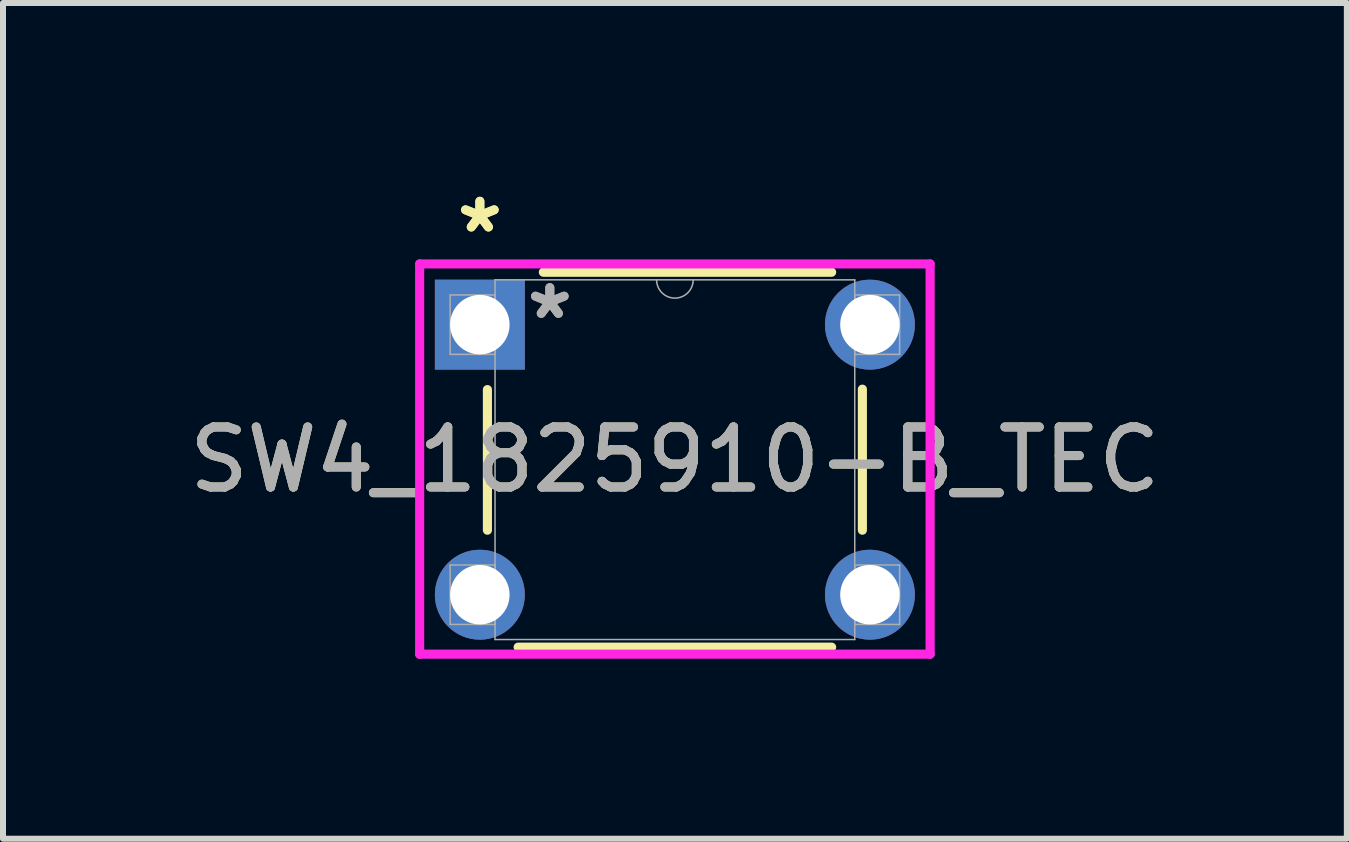
<source format=kicad_pcb>
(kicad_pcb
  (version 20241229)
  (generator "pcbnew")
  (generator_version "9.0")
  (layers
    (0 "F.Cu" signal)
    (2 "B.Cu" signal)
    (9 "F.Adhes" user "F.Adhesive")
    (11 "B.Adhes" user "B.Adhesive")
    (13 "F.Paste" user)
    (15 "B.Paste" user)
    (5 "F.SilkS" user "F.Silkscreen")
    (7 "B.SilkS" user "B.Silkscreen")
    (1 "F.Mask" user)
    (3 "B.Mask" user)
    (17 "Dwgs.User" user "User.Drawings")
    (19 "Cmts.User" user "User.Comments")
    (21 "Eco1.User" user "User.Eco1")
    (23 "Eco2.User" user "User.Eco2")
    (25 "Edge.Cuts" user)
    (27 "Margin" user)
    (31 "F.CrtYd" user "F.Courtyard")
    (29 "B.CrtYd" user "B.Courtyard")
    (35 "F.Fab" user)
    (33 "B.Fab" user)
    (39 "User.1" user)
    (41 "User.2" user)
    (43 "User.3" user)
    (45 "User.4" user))
  (footprint "SW4_1825910-B_TEC"
    (layer "F.Cu")
    (at 11.446 6.86)
    (property "Reference" "SW4_1825910-B_TEC" (at -3.25 -2.25 0) (unlocked yes) (layer "F.SilkS") (effects (font (size 1 1) (thickness 0.15))))
    (attr through_hole)
    (fp_line (start -6.374 -3.418) (end -6.374 -1.075) (stroke (width 0.152) (type solid)) (layer "F.SilkS"))
    (fp_line (start -5.862 0.874) (end -0.638 0.874) (stroke (width 0.152) (type solid)) (layer "F.SilkS"))
    (fp_line (start -0.638 -5.374) (end -5.442 -5.374) (stroke (width 0.152) (type solid)) (layer "F.SilkS"))
    (fp_line (start -0.126 -1.075) (end -0.126 -3.425) (stroke (width 0.152) (type solid)) (layer "F.SilkS"))
    (fp_line (start -7.503 -5.512) (end 1.003 -5.512) (stroke (width 0.152) (type solid)) (layer "F.CrtYd"))
    (fp_line (start -7.503 0.991) (end -7.503 -5.512) (stroke (width 0.152) (type solid)) (layer "F.CrtYd"))
    (fp_line (start 1.003 -5.512) (end 1.003 0.991) (stroke (width 0.152) (type solid)) (layer "F.CrtYd"))
    (fp_line (start 1.003 0.991) (end -7.503 0.991) (stroke (width 0.152) (type solid)) (layer "F.CrtYd"))
    (fp_line (start -6.995 -4.995) (end -6.995 -4.005) (stroke (width 0.025) (type solid)) (layer "F.Fab"))
    (fp_line (start -6.995 -4.005) (end -6.247 -4.005) (stroke (width 0.025) (type solid)) (layer "F.Fab"))
    (fp_line (start -6.995 -0.495) (end -6.995 0.495) (stroke (width 0.025) (type solid)) (layer "F.Fab"))
    (fp_line (start -6.995 0.495) (end -6.247 0.495) (stroke (width 0.025) (type solid)) (layer "F.Fab"))
    (fp_line (start -6.247 -5.247) (end -6.247 0.747) (stroke (width 0.025) (type solid)) (layer "F.Fab"))
    (fp_line (start -6.247 -4.995) (end -6.995 -4.995) (stroke (width 0.025) (type solid)) (layer "F.Fab"))
    (fp_line (start -6.247 -4.005) (end -6.247 -4.995) (stroke (width 0.025) (type solid)) (layer "F.Fab"))
    (fp_line (start -6.247 -0.495) (end -6.995 -0.495) (stroke (width 0.025) (type solid)) (layer "F.Fab"))
    (fp_line (start -6.247 0.495) (end -6.247 -0.495) (stroke (width 0.025) (type solid)) (layer "F.Fab"))
    (fp_line (start -6.247 0.747) (end -0.253 0.747) (stroke (width 0.025) (type solid)) (layer "F.Fab"))
    (fp_line (start -0.253 -5.247) (end -6.247 -5.247) (stroke (width 0.025) (type solid)) (layer "F.Fab"))
    (fp_line (start -0.253 -4.995) (end -0.253 -4.005) (stroke (width 0.025) (type solid)) (layer "F.Fab"))
    (fp_line (start -0.253 -4.005) (end 0.495 -4.005) (stroke (width 0.025) (type solid)) (layer "F.Fab"))
    (fp_line (start -0.253 -0.495) (end -0.253 0.495) (stroke (width 0.025) (type solid)) (layer "F.Fab"))
    (fp_line (start -0.253 0.495) (end 0.495 0.495) (stroke (width 0.025) (type solid)) (layer "F.Fab"))
    (fp_line (start -0.253 0.747) (end -0.253 -5.247) (stroke (width 0.025) (type solid)) (layer "F.Fab"))
    (fp_line (start 0.495 -4.995) (end -0.253 -4.995) (stroke (width 0.025) (type solid)) (layer "F.Fab"))
    (fp_line (start 0.495 -4.005) (end 0.495 -4.995) (stroke (width 0.025) (type solid)) (layer "F.Fab"))
    (fp_line (start 0.495 -0.495) (end -0.253 -0.495) (stroke (width 0.025) (type solid)) (layer "F.Fab"))
    (fp_line (start 0.495 0.495) (end 0.495 -0.495) (stroke (width 0.025) (type solid)) (layer "F.Fab"))
    (fp_arc (start -2.9452 -5.247201) (mid -3.25 -4.942401) (end -3.5548 -5.247201) (stroke (width 0.0254) (type solid)) (layer "F.Fab"))
    (fp_text user "*" (at -6.5 -6.011 0) (unlocked yes) (layer "F.SilkS") (effects (font (size 1 1) (thickness 0.15))))
    (fp_text user "*" (at -6.5 -6.011 0) (layer "F.SilkS") (effects (font (size 1 1) (thickness 0.15))))
    (fp_text user "*" (at -5.334 -4.572 0) (unlocked yes) (layer "F.Fab") (effects (font (size 1 1) (thickness 0.15))))
    (fp_text user "${REFERENCE}" (at -3.25 -2.25 0) (unlocked yes) (layer "F.Fab") (effects (font (size 1 1) (thickness 0.15))))
    (fp_text user "*" (at -5.334 -4.572 0) (layer "F.Fab") (effects (font (size 1 1) (thickness 0.15))))
    (pad "1" thru_hole rect (at -6.5 -4.5) (size 1.499 1.499) (drill 0.991) (layers "*.Cu" "*.Mask"))
    (pad "2" thru_hole circle (at 0.000001 -4.5) (size 1.499 1.499) (drill 0.991) (layers "*.Cu" "*.Mask"))
    (pad "3" thru_hole circle (at -6.5 0) (size 1.499 1.499) (drill 0.991) (layers "*.Cu" "*.Mask"))
    (pad "4" thru_hole circle (at 0.000001 0) (size 1.499 1.499) (drill 0.991) (layers "*.Cu" "*.Mask")))
  (gr_rect
    (start -3 -3)
    (end 19.393 10.926)
    (stroke (width 0.1) (type default))
    (fill no)
    (layer "Edge.Cuts")))
</source>
